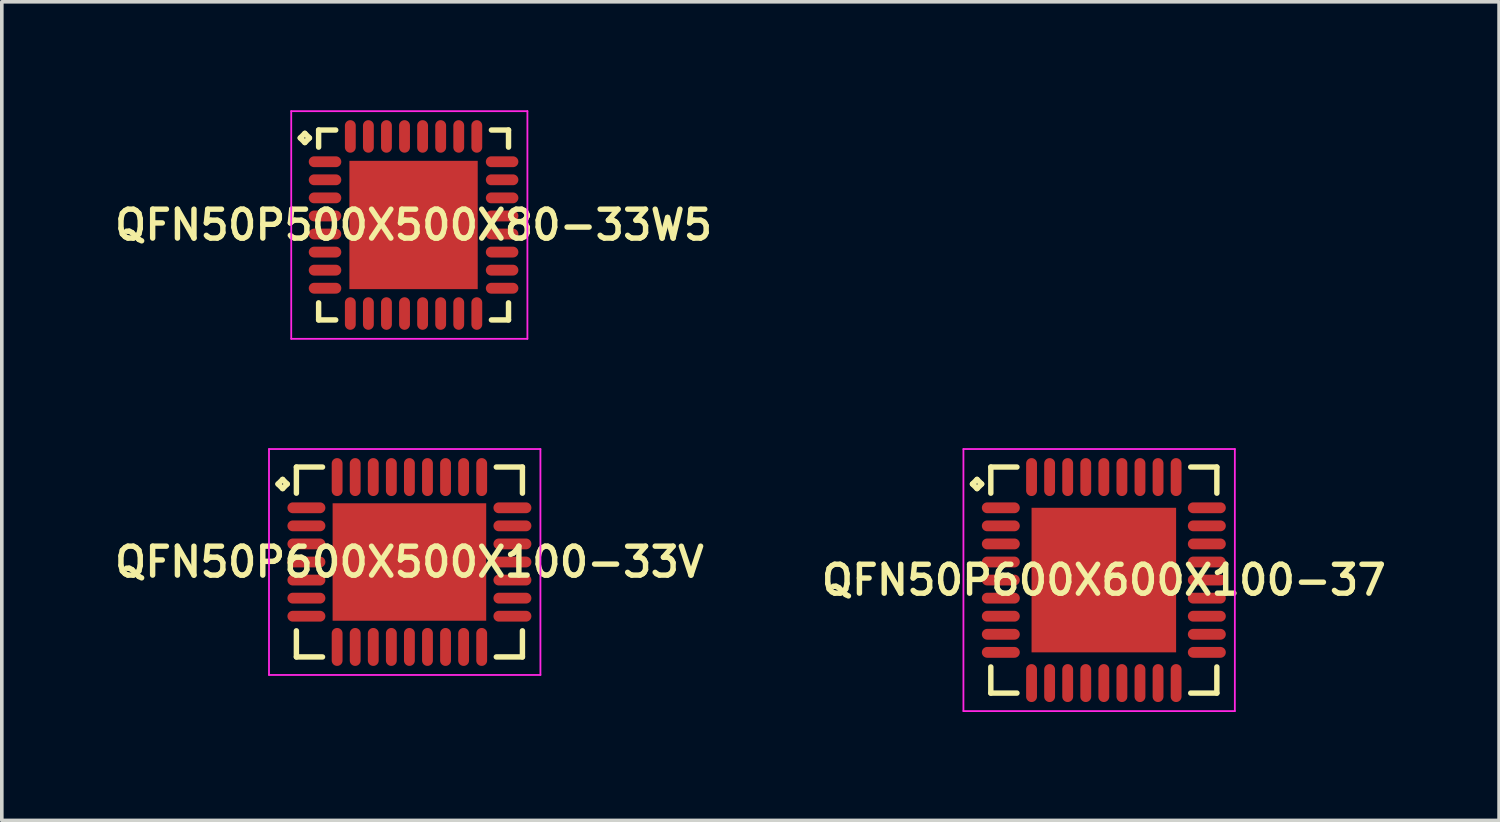
<source format=kicad_pcb>
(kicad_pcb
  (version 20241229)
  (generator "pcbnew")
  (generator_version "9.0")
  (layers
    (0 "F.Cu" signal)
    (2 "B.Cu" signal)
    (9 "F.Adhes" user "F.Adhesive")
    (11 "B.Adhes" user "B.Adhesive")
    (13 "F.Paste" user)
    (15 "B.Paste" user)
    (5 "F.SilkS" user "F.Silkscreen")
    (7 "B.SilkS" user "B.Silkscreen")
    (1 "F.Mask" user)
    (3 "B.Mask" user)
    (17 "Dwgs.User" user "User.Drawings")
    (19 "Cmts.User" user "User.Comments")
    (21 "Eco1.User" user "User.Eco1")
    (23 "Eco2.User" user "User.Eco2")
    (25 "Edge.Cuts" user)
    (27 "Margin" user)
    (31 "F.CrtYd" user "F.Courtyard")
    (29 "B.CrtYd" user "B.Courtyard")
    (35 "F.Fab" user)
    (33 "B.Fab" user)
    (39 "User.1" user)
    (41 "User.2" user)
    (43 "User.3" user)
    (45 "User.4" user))
  (footprint "QFN50P600X500X100-33V"
    (layer "F.Cu")
    (at 8.278 12.5)
    (property "Reference" "QFN50P600X500X100-33V" (at 0 0 0) (layer "F.SilkS") (effects (font (size 0.8 0.8) (thickness 0.15))))
    (attr smd)
    (fp_line (start -3.635 -2.158) (end -3.508 -2.285) (stroke (width 0.15) (type solid)) (layer "F.SilkS"))
    (fp_line (start -3.508 -2.285) (end -3.381 -2.158) (stroke (width 0.15) (type solid)) (layer "F.SilkS"))
    (fp_line (start -3.508 -2.031) (end -3.635 -2.158) (stroke (width 0.15) (type solid)) (layer "F.SilkS"))
    (fp_line (start -3.381 -2.158) (end -3.508 -2.031) (stroke (width 0.15) (type solid)) (layer "F.SilkS"))
    (fp_line (start -3.127 -2.627) (end -2.404 -2.627) (stroke (width 0.15) (type solid)) (layer "F.SilkS"))
    (fp_line (start -3.127 -1.904) (end -3.127 -2.627) (stroke (width 0.15) (type solid)) (layer "F.SilkS"))
    (fp_line (start -3.127 1.904) (end -3.127 2.627) (stroke (width 0.15) (type solid)) (layer "F.SilkS"))
    (fp_line (start -3.127 2.627) (end -2.404 2.627) (stroke (width 0.15) (type solid)) (layer "F.SilkS"))
    (fp_line (start 2.404 -2.627) (end 3.127 -2.627) (stroke (width 0.15) (type solid)) (layer "F.SilkS"))
    (fp_line (start 2.404 2.627) (end 3.127 2.627) (stroke (width 0.15) (type solid)) (layer "F.SilkS"))
    (fp_line (start 3.127 -2.627) (end 3.127 -1.904) (stroke (width 0.15) (type solid)) (layer "F.SilkS"))
    (fp_line (start 3.127 2.627) (end 3.127 1.904) (stroke (width 0.15) (type solid)) (layer "F.SilkS"))
    (fp_line (start -3.885 -3.125) (end 3.625 -3.125) (stroke (width 0.05) (type solid)) (layer "F.CrtYd"))
    (fp_line (start -3.885 3.125) (end -3.885 -3.125) (stroke (width 0.05) (type solid)) (layer "F.CrtYd"))
    (fp_line (start 3.625 -3.125) (end 3.625 3.125) (stroke (width 0.05) (type solid)) (layer "F.CrtYd"))
    (fp_line (start 3.625 3.125) (end -3.885 3.125) (stroke (width 0.05) (type solid)) (layer "F.CrtYd"))
    (pad "1" smd oval (at -2.85 -1.5) (size 1.05 0.3) (layers "F.Cu" "F.Mask" "F.Paste"))
    (pad "2" smd oval (at -2.85 -1) (size 1.05 0.3) (layers "F.Cu" "F.Mask" "F.Paste"))
    (pad "3" smd oval (at -2.85 -0.5) (size 1.05 0.3) (layers "F.Cu" "F.Mask" "F.Paste"))
    (pad "4" smd oval (at -2.85 0) (size 1.05 0.3) (layers "F.Cu" "F.Mask" "F.Paste"))
    (pad "5" smd oval (at -2.85 0.5) (size 1.05 0.3) (layers "F.Cu" "F.Mask" "F.Paste"))
    (pad "6" smd oval (at -2.85 1) (size 1.05 0.3) (layers "F.Cu" "F.Mask" "F.Paste"))
    (pad "7" smd oval (at -2.85 1.5) (size 1.05 0.3) (layers "F.Cu" "F.Mask" "F.Paste"))
    (pad "8" smd oval (at -2 2.35) (size 0.3 1.05) (layers "F.Cu" "F.Mask" "F.Paste"))
    (pad "9" smd oval (at -1.5 2.35) (size 0.3 1.05) (layers "F.Cu" "F.Mask" "F.Paste"))
    (pad "10" smd oval (at -1 2.35) (size 0.3 1.05) (layers "F.Cu" "F.Mask" "F.Paste"))
    (pad "11" smd oval (at -0.5 2.35) (size 0.3 1.05) (layers "F.Cu" "F.Mask" "F.Paste"))
    (pad "12" smd oval (at 0 2.35) (size 0.3 1.05) (layers "F.Cu" "F.Mask" "F.Paste"))
    (pad "13" smd oval (at 0.5 2.35) (size 0.3 1.05) (layers "F.Cu" "F.Mask" "F.Paste"))
    (pad "14" smd oval (at 1 2.35) (size 0.3 1.05) (layers "F.Cu" "F.Mask" "F.Paste"))
    (pad "15" smd oval (at 1.5 2.35) (size 0.3 1.05) (layers "F.Cu" "F.Mask" "F.Paste"))
    (pad "16" smd oval (at 2 2.35) (size 0.3 1.05) (layers "F.Cu" "F.Mask" "F.Paste"))
    (pad "17" smd oval (at 2.85 1.5) (size 1.05 0.3) (layers "F.Cu" "F.Mask" "F.Paste"))
    (pad "18" smd oval (at 2.85 1) (size 1.05 0.3) (layers "F.Cu" "F.Mask" "F.Paste"))
    (pad "19" smd oval (at 2.85 0.5) (size 1.05 0.3) (layers "F.Cu" "F.Mask" "F.Paste"))
    (pad "20" smd oval (at 2.85 0) (size 1.05 0.3) (layers "F.Cu" "F.Mask" "F.Paste"))
    (pad "21" smd oval (at 2.85 -0.5) (size 1.05 0.3) (layers "F.Cu" "F.Mask" "F.Paste"))
    (pad "22" smd oval (at 2.85 -1) (size 1.05 0.3) (layers "F.Cu" "F.Mask" "F.Paste"))
    (pad "23" smd oval (at 2.85 -1.5) (size 1.05 0.3) (layers "F.Cu" "F.Mask" "F.Paste"))
    (pad "24" smd oval (at 2 -2.35) (size 0.3 1.05) (layers "F.Cu" "F.Mask" "F.Paste"))
    (pad "25" smd oval (at 1.5 -2.35) (size 0.3 1.05) (layers "F.Cu" "F.Mask" "F.Paste"))
    (pad "26" smd oval (at 1 -2.35) (size 0.3 1.05) (layers "F.Cu" "F.Mask" "F.Paste"))
    (pad "27" smd oval (at 0.5 -2.35) (size 0.3 1.05) (layers "F.Cu" "F.Mask" "F.Paste"))
    (pad "28" smd oval (at 0 -2.35) (size 0.3 1.05) (layers "F.Cu" "F.Mask" "F.Paste"))
    (pad "29" smd oval (at -0.5 -2.35) (size 0.3 1.05) (layers "F.Cu" "F.Mask" "F.Paste"))
    (pad "30" smd oval (at -1 -2.35) (size 0.3 1.05) (layers "F.Cu" "F.Mask" "F.Paste"))
    (pad "31" smd oval (at -1.5 -2.35) (size 0.3 1.05) (layers "F.Cu" "F.Mask" "F.Paste"))
    (pad "32" smd oval (at -2 -2.35) (size 0.3 1.05) (layers "F.Cu" "F.Mask" "F.Paste"))
    (pad "33" smd rect (at 0 0) (size 4.25 3.25) (layers "F.Cu" "F.Mask" "F.Paste")))
  (footprint "QFN50P500X500X80-33W5"
    (layer "F.Cu")
    (at 8.393 3.175)
    (property "Reference" "QFN50P500X500X80-33W5" (at 0 0 0) (layer "F.SilkS") (effects (font (size 0.8 0.8) (thickness 0.15))))
    (attr smd)
    (fp_line (start -3.135 -2.408) (end -3.008 -2.535) (stroke (width 0.15) (type solid)) (layer "F.SilkS"))
    (fp_line (start -3.008 -2.535) (end -2.881 -2.408) (stroke (width 0.15) (type solid)) (layer "F.SilkS"))
    (fp_line (start -3.008 -2.281) (end -3.135 -2.408) (stroke (width 0.15) (type solid)) (layer "F.SilkS"))
    (fp_line (start -2.881 -2.408) (end -3.008 -2.281) (stroke (width 0.15) (type solid)) (layer "F.SilkS"))
    (fp_line (start -2.627 -2.627) (end -2.154 -2.627) (stroke (width 0.15) (type solid)) (layer "F.SilkS"))
    (fp_line (start -2.627 -2.154) (end -2.627 -2.627) (stroke (width 0.15) (type solid)) (layer "F.SilkS"))
    (fp_line (start -2.627 2.154) (end -2.627 2.627) (stroke (width 0.15) (type solid)) (layer "F.SilkS"))
    (fp_line (start -2.627 2.627) (end -2.154 2.627) (stroke (width 0.15) (type solid)) (layer "F.SilkS"))
    (fp_line (start 2.154 -2.627) (end 2.627 -2.627) (stroke (width 0.15) (type solid)) (layer "F.SilkS"))
    (fp_line (start 2.154 2.627) (end 2.627 2.627) (stroke (width 0.15) (type solid)) (layer "F.SilkS"))
    (fp_line (start 2.627 -2.627) (end 2.627 -2.154) (stroke (width 0.15) (type solid)) (layer "F.SilkS"))
    (fp_line (start 2.627 2.627) (end 2.627 2.154) (stroke (width 0.15) (type solid)) (layer "F.SilkS"))
    (fp_line (start -3.385 -3.15) (end 3.15 -3.15) (stroke (width 0.05) (type solid)) (layer "F.CrtYd"))
    (fp_line (start -3.385 3.15) (end -3.385 -3.15) (stroke (width 0.05) (type solid)) (layer "F.CrtYd"))
    (fp_line (start 3.15 -3.15) (end 3.15 3.15) (stroke (width 0.05) (type solid)) (layer "F.CrtYd"))
    (fp_line (start 3.15 3.15) (end -3.385 3.15) (stroke (width 0.05) (type solid)) (layer "F.CrtYd"))
    (pad "1" smd oval (at -2.45 -1.75) (size 0.9 0.3) (layers "F.Cu" "F.Mask" "F.Paste"))
    (pad "2" smd oval (at -2.45 -1.25) (size 0.9 0.3) (layers "F.Cu" "F.Mask" "F.Paste"))
    (pad "3" smd oval (at -2.45 -0.75) (size 0.9 0.3) (layers "F.Cu" "F.Mask" "F.Paste"))
    (pad "4" smd oval (at -2.45 -0.25) (size 0.9 0.3) (layers "F.Cu" "F.Mask" "F.Paste"))
    (pad "5" smd oval (at -2.45 0.25) (size 0.9 0.3) (layers "F.Cu" "F.Mask" "F.Paste"))
    (pad "6" smd oval (at -2.45 0.75) (size 0.9 0.3) (layers "F.Cu" "F.Mask" "F.Paste"))
    (pad "7" smd oval (at -2.45 1.25) (size 0.9 0.3) (layers "F.Cu" "F.Mask" "F.Paste"))
    (pad "8" smd oval (at -2.45 1.75) (size 0.9 0.3) (layers "F.Cu" "F.Mask" "F.Paste"))
    (pad "9" smd oval (at -1.75 2.45) (size 0.3 0.9) (layers "F.Cu" "F.Mask" "F.Paste"))
    (pad "10" smd oval (at -1.25 2.45) (size 0.3 0.9) (layers "F.Cu" "F.Mask" "F.Paste"))
    (pad "11" smd oval (at -0.75 2.45) (size 0.3 0.9) (layers "F.Cu" "F.Mask" "F.Paste"))
    (pad "12" smd oval (at -0.25 2.45) (size 0.3 0.9) (layers "F.Cu" "F.Mask" "F.Paste"))
    (pad "13" smd oval (at 0.25 2.45) (size 0.3 0.9) (layers "F.Cu" "F.Mask" "F.Paste"))
    (pad "14" smd oval (at 0.75 2.45) (size 0.3 0.9) (layers "F.Cu" "F.Mask" "F.Paste"))
    (pad "15" smd oval (at 1.25 2.45) (size 0.3 0.9) (layers "F.Cu" "F.Mask" "F.Paste"))
    (pad "16" smd oval (at 1.75 2.45) (size 0.3 0.9) (layers "F.Cu" "F.Mask" "F.Paste"))
    (pad "17" smd oval (at 2.45 1.75) (size 0.9 0.3) (layers "F.Cu" "F.Mask" "F.Paste"))
    (pad "18" smd oval (at 2.45 1.25) (size 0.9 0.3) (layers "F.Cu" "F.Mask" "F.Paste"))
    (pad "19" smd oval (at 2.45 0.75) (size 0.9 0.3) (layers "F.Cu" "F.Mask" "F.Paste"))
    (pad "20" smd oval (at 2.45 0.25) (size 0.9 0.3) (layers "F.Cu" "F.Mask" "F.Paste"))
    (pad "21" smd oval (at 2.45 -0.25) (size 0.9 0.3) (layers "F.Cu" "F.Mask" "F.Paste"))
    (pad "22" smd oval (at 2.45 -0.75) (size 0.9 0.3) (layers "F.Cu" "F.Mask" "F.Paste"))
    (pad "23" smd oval (at 2.45 -1.25) (size 0.9 0.3) (layers "F.Cu" "F.Mask" "F.Paste"))
    (pad "24" smd oval (at 2.45 -1.75) (size 0.9 0.3) (layers "F.Cu" "F.Mask" "F.Paste"))
    (pad "25" smd oval (at 1.75 -2.45) (size 0.3 0.9) (layers "F.Cu" "F.Mask" "F.Paste"))
    (pad "26" smd oval (at 1.25 -2.45) (size 0.3 0.9) (layers "F.Cu" "F.Mask" "F.Paste"))
    (pad "27" smd oval (at 0.75 -2.45) (size 0.3 0.9) (layers "F.Cu" "F.Mask" "F.Paste"))
    (pad "28" smd oval (at 0.25 -2.45) (size 0.3 0.9) (layers "F.Cu" "F.Mask" "F.Paste"))
    (pad "29" smd oval (at -0.25 -2.45) (size 0.3 0.9) (layers "F.Cu" "F.Mask" "F.Paste"))
    (pad "30" smd oval (at -0.75 -2.45) (size 0.3 0.9) (layers "F.Cu" "F.Mask" "F.Paste"))
    (pad "31" smd oval (at -1.25 -2.45) (size 0.3 0.9) (layers "F.Cu" "F.Mask" "F.Paste"))
    (pad "32" smd oval (at -1.75 -2.45) (size 0.3 0.9) (layers "F.Cu" "F.Mask" "F.Paste"))
    (pad "33" smd rect (at 0 0) (size 3.55 3.55) (layers "F.Cu" "F.Mask" "F.Paste")))
  (footprint "QFN50P600X600X100-37"
    (layer "F.Cu")
    (at 27.492 13)
    (property "Reference" "QFN50P600X600X100-37" (at 0 0 0) (layer "F.SilkS") (effects (font (size 0.8 0.8) (thickness 0.15))))
    (attr smd)
    (fp_line (start -3.635 -2.658) (end -3.508 -2.785) (stroke (width 0.15) (type solid)) (layer "F.SilkS"))
    (fp_line (start -3.508 -2.785) (end -3.381 -2.658) (stroke (width 0.15) (type solid)) (layer "F.SilkS"))
    (fp_line (start -3.508 -2.531) (end -3.635 -2.658) (stroke (width 0.15) (type solid)) (layer "F.SilkS"))
    (fp_line (start -3.381 -2.658) (end -3.508 -2.531) (stroke (width 0.15) (type solid)) (layer "F.SilkS"))
    (fp_line (start -3.127 -3.127) (end -2.404 -3.127) (stroke (width 0.15) (type solid)) (layer "F.SilkS"))
    (fp_line (start -3.127 -2.404) (end -3.127 -3.127) (stroke (width 0.15) (type solid)) (layer "F.SilkS"))
    (fp_line (start -3.127 2.404) (end -3.127 3.127) (stroke (width 0.15) (type solid)) (layer "F.SilkS"))
    (fp_line (start -3.127 3.127) (end -2.404 3.127) (stroke (width 0.15) (type solid)) (layer "F.SilkS"))
    (fp_line (start 2.404 -3.127) (end 3.127 -3.127) (stroke (width 0.15) (type solid)) (layer "F.SilkS"))
    (fp_line (start 2.404 3.127) (end 3.127 3.127) (stroke (width 0.15) (type solid)) (layer "F.SilkS"))
    (fp_line (start 3.127 -3.127) (end 3.127 -2.404) (stroke (width 0.15) (type solid)) (layer "F.SilkS"))
    (fp_line (start 3.127 3.127) (end 3.127 2.404) (stroke (width 0.15) (type solid)) (layer "F.SilkS"))
    (fp_line (start -3.885 -3.625) (end 3.625 -3.625) (stroke (width 0.05) (type solid)) (layer "F.CrtYd"))
    (fp_line (start -3.885 3.625) (end -3.885 -3.625) (stroke (width 0.05) (type solid)) (layer "F.CrtYd"))
    (fp_line (start 3.625 -3.625) (end 3.625 3.625) (stroke (width 0.05) (type solid)) (layer "F.CrtYd"))
    (fp_line (start 3.625 3.625) (end -3.885 3.625) (stroke (width 0.05) (type solid)) (layer "F.CrtYd"))
    (pad "1" smd oval (at -2.85 -2) (size 1.05 0.3) (layers "F.Cu" "F.Mask" "F.Paste"))
    (pad "2" smd oval (at -2.85 -1.5) (size 1.05 0.3) (layers "F.Cu" "F.Mask" "F.Paste"))
    (pad "3" smd oval (at -2.85 -1) (size 1.05 0.3) (layers "F.Cu" "F.Mask" "F.Paste"))
    (pad "4" smd oval (at -2.85 -0.5) (size 1.05 0.3) (layers "F.Cu" "F.Mask" "F.Paste"))
    (pad "5" smd oval (at -2.85 0) (size 1.05 0.3) (layers "F.Cu" "F.Mask" "F.Paste"))
    (pad "6" smd oval (at -2.85 0.5) (size 1.05 0.3) (layers "F.Cu" "F.Mask" "F.Paste"))
    (pad "7" smd oval (at -2.85 1) (size 1.05 0.3) (layers "F.Cu" "F.Mask" "F.Paste"))
    (pad "8" smd oval (at -2.85 1.5) (size 1.05 0.3) (layers "F.Cu" "F.Mask" "F.Paste"))
    (pad "9" smd oval (at -2.85 2) (size 1.05 0.3) (layers "F.Cu" "F.Mask" "F.Paste"))
    (pad "10" smd oval (at -2 2.85) (size 0.3 1.05) (layers "F.Cu" "F.Mask" "F.Paste"))
    (pad "11" smd oval (at -1.5 2.85) (size 0.3 1.05) (layers "F.Cu" "F.Mask" "F.Paste"))
    (pad "12" smd oval (at -1 2.85) (size 0.3 1.05) (layers "F.Cu" "F.Mask" "F.Paste"))
    (pad "13" smd oval (at -0.5 2.85) (size 0.3 1.05) (layers "F.Cu" "F.Mask" "F.Paste"))
    (pad "14" smd oval (at 0 2.85) (size 0.3 1.05) (layers "F.Cu" "F.Mask" "F.Paste"))
    (pad "15" smd oval (at 0.5 2.85) (size 0.3 1.05) (layers "F.Cu" "F.Mask" "F.Paste"))
    (pad "16" smd oval (at 1 2.85) (size 0.3 1.05) (layers "F.Cu" "F.Mask" "F.Paste"))
    (pad "17" smd oval (at 1.5 2.85) (size 0.3 1.05) (layers "F.Cu" "F.Mask" "F.Paste"))
    (pad "18" smd oval (at 2 2.85) (size 0.3 1.05) (layers "F.Cu" "F.Mask" "F.Paste"))
    (pad "19" smd oval (at 2.85 2) (size 1.05 0.3) (layers "F.Cu" "F.Mask" "F.Paste"))
    (pad "20" smd oval (at 2.85 1.5) (size 1.05 0.3) (layers "F.Cu" "F.Mask" "F.Paste"))
    (pad "21" smd oval (at 2.85 1) (size 1.05 0.3) (layers "F.Cu" "F.Mask" "F.Paste"))
    (pad "22" smd oval (at 2.85 0.5) (size 1.05 0.3) (layers "F.Cu" "F.Mask" "F.Paste"))
    (pad "23" smd oval (at 2.85 0) (size 1.05 0.3) (layers "F.Cu" "F.Mask" "F.Paste"))
    (pad "24" smd oval (at 2.85 -0.5) (size 1.05 0.3) (layers "F.Cu" "F.Mask" "F.Paste"))
    (pad "25" smd oval (at 2.85 -1) (size 1.05 0.3) (layers "F.Cu" "F.Mask" "F.Paste"))
    (pad "26" smd oval (at 2.85 -1.5) (size 1.05 0.3) (layers "F.Cu" "F.Mask" "F.Paste"))
    (pad "27" smd oval (at 2.85 -2) (size 1.05 0.3) (layers "F.Cu" "F.Mask" "F.Paste"))
    (pad "28" smd oval (at 2 -2.85) (size 0.3 1.05) (layers "F.Cu" "F.Mask" "F.Paste"))
    (pad "29" smd oval (at 1.5 -2.85) (size 0.3 1.05) (layers "F.Cu" "F.Mask" "F.Paste"))
    (pad "30" smd oval (at 1 -2.85) (size 0.3 1.05) (layers "F.Cu" "F.Mask" "F.Paste"))
    (pad "31" smd oval (at 0.5 -2.85) (size 0.3 1.05) (layers "F.Cu" "F.Mask" "F.Paste"))
    (pad "32" smd oval (at 0 -2.85) (size 0.3 1.05) (layers "F.Cu" "F.Mask" "F.Paste"))
    (pad "33" smd oval (at -0.5 -2.85) (size 0.3 1.05) (layers "F.Cu" "F.Mask" "F.Paste"))
    (pad "34" smd oval (at -1 -2.85) (size 0.3 1.05) (layers "F.Cu" "F.Mask" "F.Paste"))
    (pad "35" smd oval (at -1.5 -2.85) (size 0.3 1.05) (layers "F.Cu" "F.Mask" "F.Paste"))
    (pad "36" smd oval (at -2 -2.85) (size 0.3 1.05) (layers "F.Cu" "F.Mask" "F.Paste"))
    (pad "37" smd rect (at 0 0) (size 4 4) (layers "F.Cu" "F.Mask" "F.Paste")))
  (gr_rect
    (start -3 -3)
    (end 38.428 19.65)
    (stroke (width 0.1) (type default))
    (fill no)
    (layer "Edge.Cuts")))
</source>
